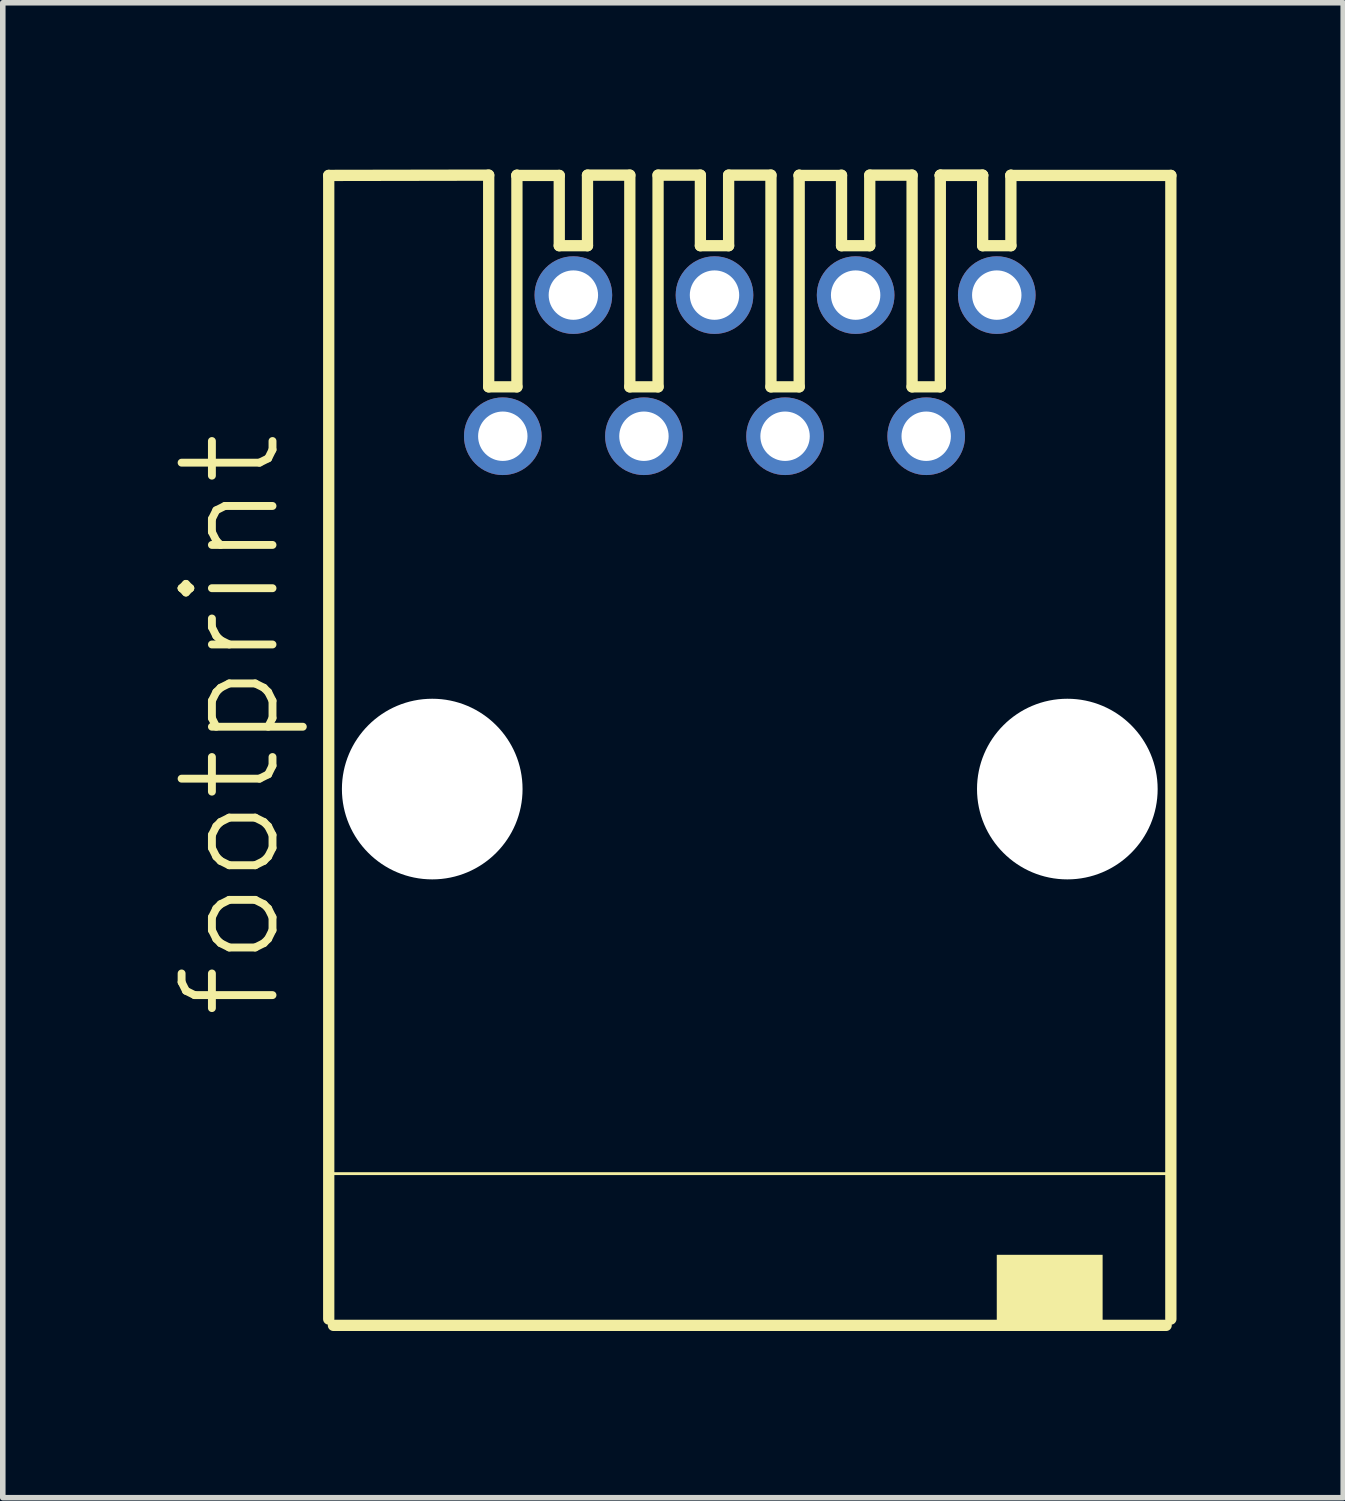
<source format=kicad_pcb>
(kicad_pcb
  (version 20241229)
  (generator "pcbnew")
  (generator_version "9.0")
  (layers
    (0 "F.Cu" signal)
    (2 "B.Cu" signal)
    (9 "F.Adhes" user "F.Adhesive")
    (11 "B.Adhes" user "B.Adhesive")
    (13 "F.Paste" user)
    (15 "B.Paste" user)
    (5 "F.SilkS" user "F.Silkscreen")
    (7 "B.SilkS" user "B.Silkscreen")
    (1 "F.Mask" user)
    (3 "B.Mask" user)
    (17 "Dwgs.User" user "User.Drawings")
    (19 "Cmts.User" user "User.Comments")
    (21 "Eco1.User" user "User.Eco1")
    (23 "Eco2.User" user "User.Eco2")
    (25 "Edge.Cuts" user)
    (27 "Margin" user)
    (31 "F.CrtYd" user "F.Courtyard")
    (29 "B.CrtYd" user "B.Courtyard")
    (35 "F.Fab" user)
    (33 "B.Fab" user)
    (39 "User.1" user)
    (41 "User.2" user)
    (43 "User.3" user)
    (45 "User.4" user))
  (footprint "footprint"
    (layer "F.Cu")
    (at 10.444 11.151)
    (property "Reference" "footprint" (at -8.382 4.191 90) (layer "F.SilkS") (effects (font (size 1.636 1.636) (thickness 0.142)) (justify left bottom)))
    (fp_line (start -7.578 -11.044) (end -4.699 -11.049) (stroke (width 0.203) (type solid)) (layer "F.SilkS"))
    (fp_line (start -7.578 9.538) (end -7.578 -11.044) (stroke (width 0.203) (type solid)) (layer "F.SilkS"))
    (fp_line (start -4.699 -11.049) (end -4.699 -7.239) (stroke (width 0.203) (type solid)) (layer "F.SilkS"))
    (fp_line (start -4.699 -7.239) (end -4.191 -7.239) (stroke (width 0.203) (type solid)) (layer "F.SilkS"))
    (fp_line (start -4.191 -11.049) (end -4.191 -11.044) (stroke (width 0.203) (type solid)) (layer "F.SilkS"))
    (fp_line (start -4.191 -11.044) (end -4.191 -7.239) (stroke (width 0.203) (type solid)) (layer "F.SilkS"))
    (fp_line (start -4.191 -11.044) (end -3.429 -11.044) (stroke (width 0.203) (type solid)) (layer "F.SilkS"))
    (fp_line (start -3.429 -11.044) (end -3.429 -9.779) (stroke (width 0.203) (type solid)) (layer "F.SilkS"))
    (fp_line (start -3.429 -9.779) (end -2.921 -9.779) (stroke (width 0.203) (type solid)) (layer "F.SilkS"))
    (fp_line (start -2.921 -11.049) (end -2.921 -9.779) (stroke (width 0.203) (type solid)) (layer "F.SilkS"))
    (fp_line (start -2.921 -11.049) (end -2.159 -11.049) (stroke (width 0.203) (type solid)) (layer "F.SilkS"))
    (fp_line (start -2.159 -11.049) (end -2.159 -7.239) (stroke (width 0.203) (type solid)) (layer "F.SilkS"))
    (fp_line (start -2.159 -7.239) (end -1.651 -7.239) (stroke (width 0.203) (type solid)) (layer "F.SilkS"))
    (fp_line (start -1.651 -11.049) (end -1.651 -7.239) (stroke (width 0.203) (type solid)) (layer "F.SilkS"))
    (fp_line (start -1.651 -11.049) (end -0.889 -11.049) (stroke (width 0.203) (type solid)) (layer "F.SilkS"))
    (fp_line (start -0.889 -11.049) (end -0.889 -9.779) (stroke (width 0.203) (type solid)) (layer "F.SilkS"))
    (fp_line (start -0.889 -9.779) (end -0.381 -9.779) (stroke (width 0.203) (type solid)) (layer "F.SilkS"))
    (fp_line (start -0.381 -11.049) (end -0.381 -9.779) (stroke (width 0.203) (type solid)) (layer "F.SilkS"))
    (fp_line (start -0.381 -11.049) (end 0.381 -11.049) (stroke (width 0.203) (type solid)) (layer "F.SilkS"))
    (fp_line (start 0.381 -11.049) (end 0.381 -7.239) (stroke (width 0.203) (type solid)) (layer "F.SilkS"))
    (fp_line (start 0.381 -7.239) (end 0.889 -7.239) (stroke (width 0.203) (type solid)) (layer "F.SilkS"))
    (fp_line (start 0.889 -11.049) (end 0.889 -11.044) (stroke (width 0.203) (type solid)) (layer "F.SilkS"))
    (fp_line (start 0.889 -11.044) (end 0.889 -7.239) (stroke (width 0.203) (type solid)) (layer "F.SilkS"))
    (fp_line (start 0.889 -11.044) (end 1.651 -11.044) (stroke (width 0.203) (type solid)) (layer "F.SilkS"))
    (fp_line (start 1.651 -11.049) (end 1.651 -9.779) (stroke (width 0.203) (type solid)) (layer "F.SilkS"))
    (fp_line (start 1.651 -9.779) (end 2.159 -9.779) (stroke (width 0.203) (type solid)) (layer "F.SilkS"))
    (fp_line (start 2.159 -11.049) (end 2.159 -9.779) (stroke (width 0.203) (type solid)) (layer "F.SilkS"))
    (fp_line (start 2.159 -11.049) (end 2.921 -11.049) (stroke (width 0.203) (type solid)) (layer "F.SilkS"))
    (fp_line (start 2.921 -11.049) (end 2.921 -7.239) (stroke (width 0.203) (type solid)) (layer "F.SilkS"))
    (fp_line (start 2.921 -7.239) (end 3.429 -7.239) (stroke (width 0.203) (type solid)) (layer "F.SilkS"))
    (fp_line (start 3.429 -11.049) (end 3.429 -11.044) (stroke (width 0.203) (type solid)) (layer "F.SilkS"))
    (fp_line (start 3.429 -11.049) (end 4.191 -11.049) (stroke (width 0.203) (type solid)) (layer "F.SilkS"))
    (fp_line (start 3.429 -11.044) (end 3.429 -7.239) (stroke (width 0.203) (type solid)) (layer "F.SilkS"))
    (fp_line (start 3.429 -11.044) (end 4.191 -11.044) (stroke (width 0.203) (type solid)) (layer "F.SilkS"))
    (fp_line (start 4.191 -11.049) (end 4.191 -9.779) (stroke (width 0.203) (type solid)) (layer "F.SilkS"))
    (fp_line (start 4.191 -9.779) (end 4.699 -9.779) (stroke (width 0.203) (type solid)) (layer "F.SilkS"))
    (fp_line (start 4.699 -11.049) (end 4.699 -11.044) (stroke (width 0.203) (type solid)) (layer "F.SilkS"))
    (fp_line (start 4.699 -11.044) (end 4.699 -9.779) (stroke (width 0.203) (type solid)) (layer "F.SilkS"))
    (fp_line (start 4.699 -11.044) (end 7.578 -11.044) (stroke (width 0.203) (type solid)) (layer "F.SilkS"))
    (fp_line (start 7.493 9.652) (end -7.493 9.652) (stroke (width 0.203) (type solid)) (layer "F.SilkS"))
    (fp_line (start 7.556 6.921) (end -7.556 6.921) (stroke (width 0.051) (type solid)) (layer "F.SilkS"))
    (fp_line (start 7.578 -11.044) (end 7.578 9.538) (stroke (width 0.203) (type solid)) (layer "F.SilkS"))
    (fp_poly (pts (xy 4.445 9.652) (xy 6.35 9.652) (xy 6.35 8.382) (xy 4.445 8.382)) (stroke (width 0) (type solid)) (fill yes) (layer "F.SilkS"))
    (pad "" np_thru_hole circle (at -5.715 0) (size 3.251 3.251) (drill 3.251) (layers "*.Cu" "*.Mask"))
    (pad "" np_thru_hole circle (at 5.715 0) (size 3.251 3.251) (drill 3.251) (layers "*.Cu" "*.Mask"))
    (pad "1" thru_hole circle (at -4.445 -6.35) (size 1.397 1.397) (drill 0.889) (layers "*.Cu" "*.Mask"))
    (pad "2" thru_hole circle (at -3.175 -8.89) (size 1.397 1.397) (drill 0.889) (layers "*.Cu" "*.Mask"))
    (pad "3" thru_hole circle (at -1.905 -6.35) (size 1.397 1.397) (drill 0.889) (layers "*.Cu" "*.Mask"))
    (pad "4" thru_hole circle (at -0.635 -8.89) (size 1.397 1.397) (drill 0.889) (layers "*.Cu" "*.Mask"))
    (pad "5" thru_hole circle (at 0.635 -6.35) (size 1.397 1.397) (drill 0.889) (layers "*.Cu" "*.Mask"))
    (pad "6" thru_hole circle (at 1.905 -8.89) (size 1.397 1.397) (drill 0.889) (layers "*.Cu" "*.Mask"))
    (pad "7" thru_hole circle (at 3.175 -6.35) (size 1.397 1.397) (drill 0.889) (layers "*.Cu" "*.Mask"))
    (pad "8" thru_hole circle (at 4.445 -8.89) (size 1.397 1.397) (drill 0.889) (layers "*.Cu" "*.Mask")))
  (gr_rect
    (start -3 -3)
    (end 21.124 23.904)
    (stroke (width 0.1) (type default))
    (fill no)
    (layer "Edge.Cuts")))
</source>
